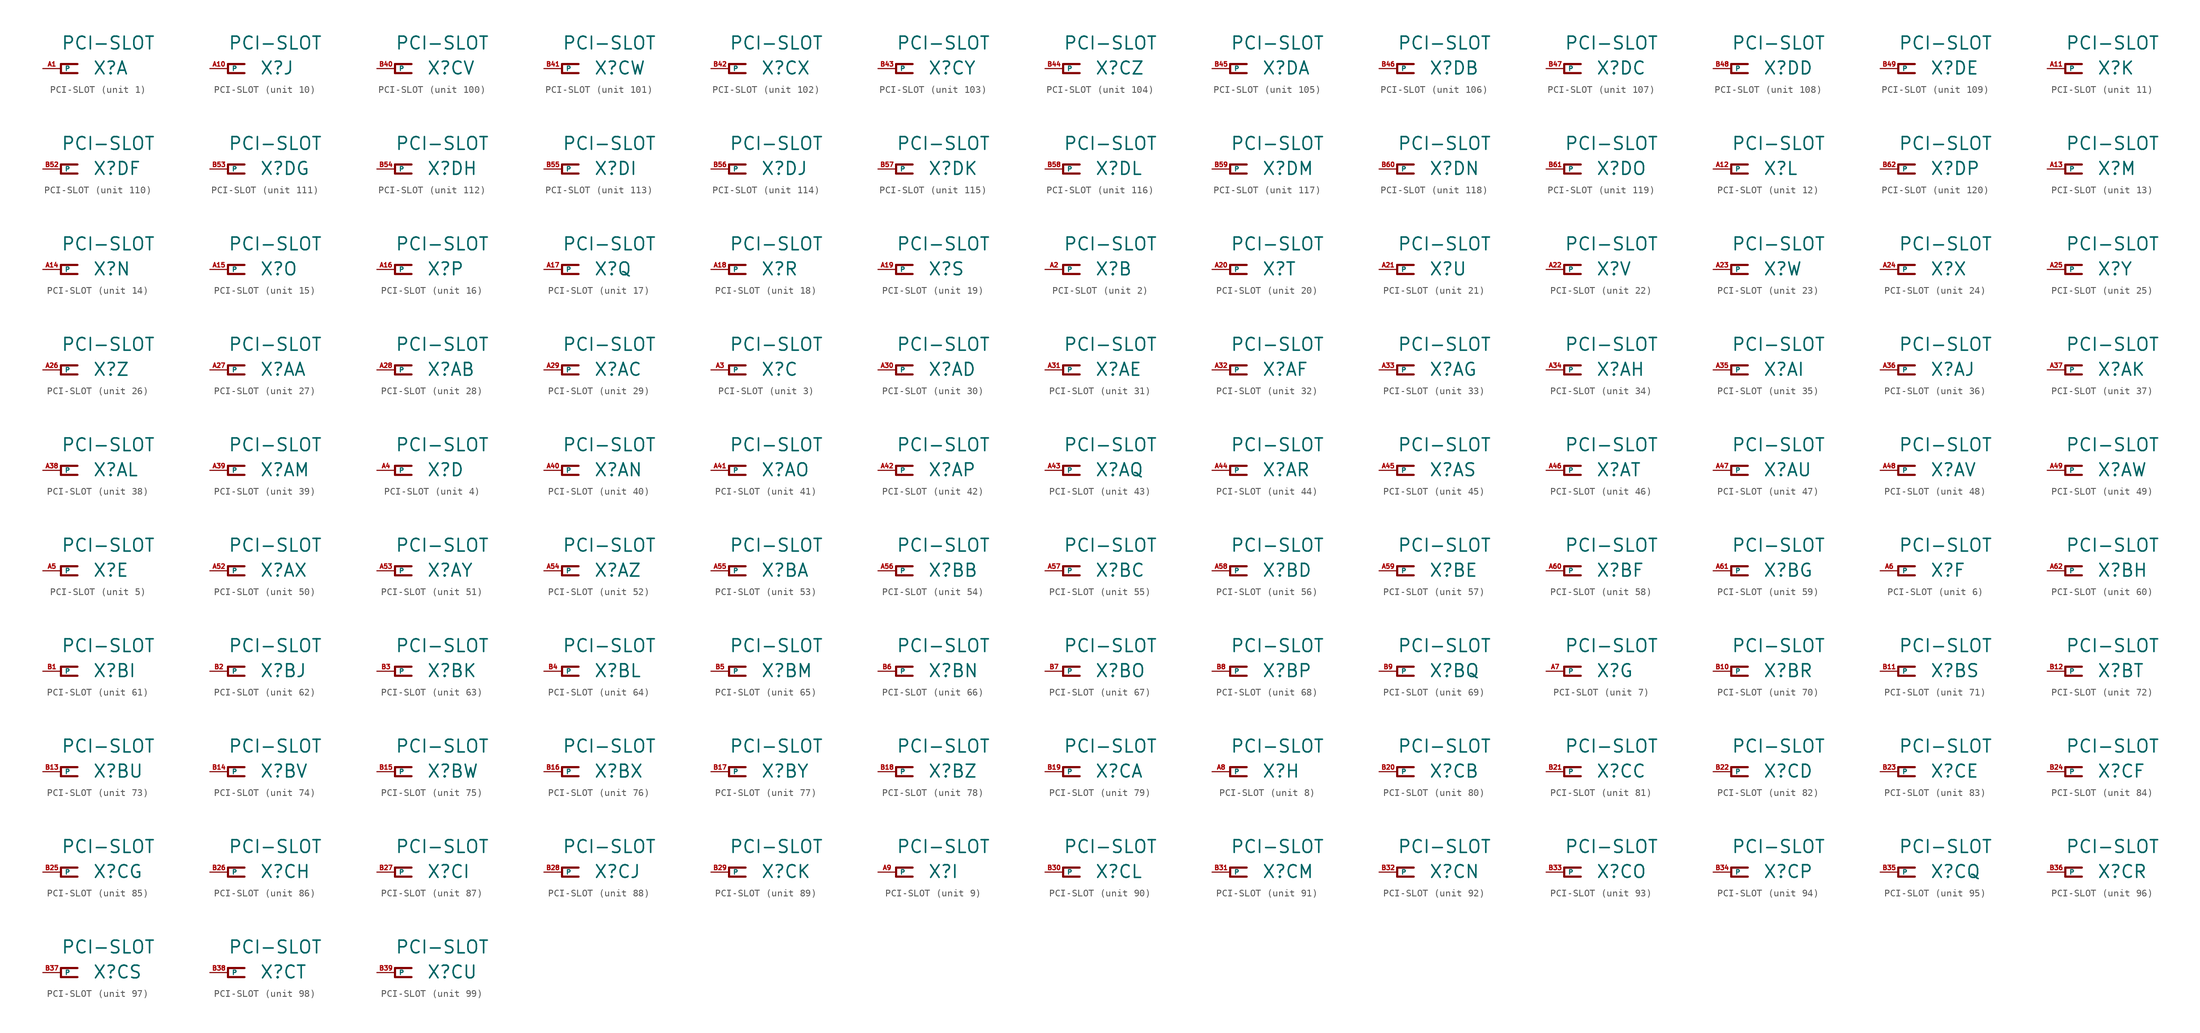
<source format=kicad_sym>
(kicad_symbol_lib
  (version 20220914)
  (generator Eagle2Kicad)
  (symbol "PCI-SLOT"
    (property "Reference" "X"
      (at 4.445 -0.965 0)
      (effects (font (size 1.778 1.778) (thickness 0.22)) (justify left bottom)))
    (property "Value" "PCI-SLOT"
      (at 0 2.54 0)
      (effects (font (size 1.778 1.778) (thickness 0.22)) (justify left bottom)))
    (symbol "PCI-SLOT_1_0"
      (polyline (pts (xy 0 0.635) (xy 2.311 0.635)) (stroke (width 0.305) (type default)) (fill (type none)))
      (polyline (pts (xy 2.311 -0.635) (xy 0 -0.635)) (stroke (width 0.305) (type default)) (fill (type none)))
      (polyline (pts (xy 0 -0.635) (xy 0 0.635)) (stroke (width 0.305) (type default)) (fill (type none)))
      (pin passive line (at -2.54 0 0) (length 2.54) (name "P" (effects (font (size 0.635 0.635) (thickness 0.08)) (justify left bottom))) (number "A1" (effects (font (size 0.635 0.635) (thickness 0.08)) (justify left bottom)))))
    (symbol "PCI-SLOT_2_0"
      (polyline (pts (xy 0 0.635) (xy 2.311 0.635)) (stroke (width 0.305) (type default)) (fill (type none)))
      (polyline (pts (xy 2.311 -0.635) (xy 0 -0.635)) (stroke (width 0.305) (type default)) (fill (type none)))
      (polyline (pts (xy 0 -0.635) (xy 0 0.635)) (stroke (width 0.305) (type default)) (fill (type none)))
      (pin passive line (at -2.54 0 0) (length 2.54) (name "P" (effects (font (size 0.635 0.635) (thickness 0.08)) (justify left bottom))) (number "A2" (effects (font (size 0.635 0.635) (thickness 0.08)) (justify left bottom)))))
    (symbol "PCI-SLOT_3_0"
      (polyline (pts (xy 0 0.635) (xy 2.311 0.635)) (stroke (width 0.305) (type default)) (fill (type none)))
      (polyline (pts (xy 2.311 -0.635) (xy 0 -0.635)) (stroke (width 0.305) (type default)) (fill (type none)))
      (polyline (pts (xy 0 -0.635) (xy 0 0.635)) (stroke (width 0.305) (type default)) (fill (type none)))
      (pin passive line (at -2.54 0 0) (length 2.54) (name "P" (effects (font (size 0.635 0.635) (thickness 0.08)) (justify left bottom))) (number "A3" (effects (font (size 0.635 0.635) (thickness 0.08)) (justify left bottom)))))
    (symbol "PCI-SLOT_4_0"
      (polyline (pts (xy 0 0.635) (xy 2.311 0.635)) (stroke (width 0.305) (type default)) (fill (type none)))
      (polyline (pts (xy 2.311 -0.635) (xy 0 -0.635)) (stroke (width 0.305) (type default)) (fill (type none)))
      (polyline (pts (xy 0 -0.635) (xy 0 0.635)) (stroke (width 0.305) (type default)) (fill (type none)))
      (pin passive line (at -2.54 0 0) (length 2.54) (name "P" (effects (font (size 0.635 0.635) (thickness 0.08)) (justify left bottom))) (number "A4" (effects (font (size 0.635 0.635) (thickness 0.08)) (justify left bottom)))))
    (symbol "PCI-SLOT_5_0"
      (polyline (pts (xy 0 0.635) (xy 2.311 0.635)) (stroke (width 0.305) (type default)) (fill (type none)))
      (polyline (pts (xy 2.311 -0.635) (xy 0 -0.635)) (stroke (width 0.305) (type default)) (fill (type none)))
      (polyline (pts (xy 0 -0.635) (xy 0 0.635)) (stroke (width 0.305) (type default)) (fill (type none)))
      (pin passive line (at -2.54 0 0) (length 2.54) (name "P" (effects (font (size 0.635 0.635) (thickness 0.08)) (justify left bottom))) (number "A5" (effects (font (size 0.635 0.635) (thickness 0.08)) (justify left bottom)))))
    (symbol "PCI-SLOT_6_0"
      (polyline (pts (xy 0 0.635) (xy 2.311 0.635)) (stroke (width 0.305) (type default)) (fill (type none)))
      (polyline (pts (xy 2.311 -0.635) (xy 0 -0.635)) (stroke (width 0.305) (type default)) (fill (type none)))
      (polyline (pts (xy 0 -0.635) (xy 0 0.635)) (stroke (width 0.305) (type default)) (fill (type none)))
      (pin passive line (at -2.54 0 0) (length 2.54) (name "P" (effects (font (size 0.635 0.635) (thickness 0.08)) (justify left bottom))) (number "A6" (effects (font (size 0.635 0.635) (thickness 0.08)) (justify left bottom)))))
    (symbol "PCI-SLOT_7_0"
      (polyline (pts (xy 0 0.635) (xy 2.311 0.635)) (stroke (width 0.305) (type default)) (fill (type none)))
      (polyline (pts (xy 2.311 -0.635) (xy 0 -0.635)) (stroke (width 0.305) (type default)) (fill (type none)))
      (polyline (pts (xy 0 -0.635) (xy 0 0.635)) (stroke (width 0.305) (type default)) (fill (type none)))
      (pin passive line (at -2.54 0 0) (length 2.54) (name "P" (effects (font (size 0.635 0.635) (thickness 0.08)) (justify left bottom))) (number "A7" (effects (font (size 0.635 0.635) (thickness 0.08)) (justify left bottom)))))
    (symbol "PCI-SLOT_8_0"
      (polyline (pts (xy 0 0.635) (xy 2.311 0.635)) (stroke (width 0.305) (type default)) (fill (type none)))
      (polyline (pts (xy 2.311 -0.635) (xy 0 -0.635)) (stroke (width 0.305) (type default)) (fill (type none)))
      (polyline (pts (xy 0 -0.635) (xy 0 0.635)) (stroke (width 0.305) (type default)) (fill (type none)))
      (pin passive line (at -2.54 0 0) (length 2.54) (name "P" (effects (font (size 0.635 0.635) (thickness 0.08)) (justify left bottom))) (number "A8" (effects (font (size 0.635 0.635) (thickness 0.08)) (justify left bottom)))))
    (symbol "PCI-SLOT_9_0"
      (polyline (pts (xy 0 0.635) (xy 2.311 0.635)) (stroke (width 0.305) (type default)) (fill (type none)))
      (polyline (pts (xy 2.311 -0.635) (xy 0 -0.635)) (stroke (width 0.305) (type default)) (fill (type none)))
      (polyline (pts (xy 0 -0.635) (xy 0 0.635)) (stroke (width 0.305) (type default)) (fill (type none)))
      (pin passive line (at -2.54 0 0) (length 2.54) (name "P" (effects (font (size 0.635 0.635) (thickness 0.08)) (justify left bottom))) (number "A9" (effects (font (size 0.635 0.635) (thickness 0.08)) (justify left bottom)))))
    (symbol "PCI-SLOT_10_0"
      (polyline (pts (xy 0 0.635) (xy 2.311 0.635)) (stroke (width 0.305) (type default)) (fill (type none)))
      (polyline (pts (xy 2.311 -0.635) (xy 0 -0.635)) (stroke (width 0.305) (type default)) (fill (type none)))
      (polyline (pts (xy 0 -0.635) (xy 0 0.635)) (stroke (width 0.305) (type default)) (fill (type none)))
      (pin passive line (at -2.54 0 0) (length 2.54) (name "P" (effects (font (size 0.635 0.635) (thickness 0.08)) (justify left bottom))) (number "A10" (effects (font (size 0.635 0.635) (thickness 0.08)) (justify left bottom)))))
    (symbol "PCI-SLOT_11_0"
      (polyline (pts (xy 0 0.635) (xy 2.311 0.635)) (stroke (width 0.305) (type default)) (fill (type none)))
      (polyline (pts (xy 2.311 -0.635) (xy 0 -0.635)) (stroke (width 0.305) (type default)) (fill (type none)))
      (polyline (pts (xy 0 -0.635) (xy 0 0.635)) (stroke (width 0.305) (type default)) (fill (type none)))
      (pin passive line (at -2.54 0 0) (length 2.54) (name "P" (effects (font (size 0.635 0.635) (thickness 0.08)) (justify left bottom))) (number "A11" (effects (font (size 0.635 0.635) (thickness 0.08)) (justify left bottom)))))
    (symbol "PCI-SLOT_12_0"
      (polyline (pts (xy 0 0.635) (xy 2.311 0.635)) (stroke (width 0.305) (type default)) (fill (type none)))
      (polyline (pts (xy 2.311 -0.635) (xy 0 -0.635)) (stroke (width 0.305) (type default)) (fill (type none)))
      (polyline (pts (xy 0 -0.635) (xy 0 0.635)) (stroke (width 0.305) (type default)) (fill (type none)))
      (pin passive line (at -2.54 0 0) (length 2.54) (name "P" (effects (font (size 0.635 0.635) (thickness 0.08)) (justify left bottom))) (number "A12" (effects (font (size 0.635 0.635) (thickness 0.08)) (justify left bottom)))))
    (symbol "PCI-SLOT_13_0"
      (polyline (pts (xy 0 0.635) (xy 2.311 0.635)) (stroke (width 0.305) (type default)) (fill (type none)))
      (polyline (pts (xy 2.311 -0.635) (xy 0 -0.635)) (stroke (width 0.305) (type default)) (fill (type none)))
      (polyline (pts (xy 0 -0.635) (xy 0 0.635)) (stroke (width 0.305) (type default)) (fill (type none)))
      (pin passive line (at -2.54 0 0) (length 2.54) (name "P" (effects (font (size 0.635 0.635) (thickness 0.08)) (justify left bottom))) (number "A13" (effects (font (size 0.635 0.635) (thickness 0.08)) (justify left bottom)))))
    (symbol "PCI-SLOT_14_0"
      (polyline (pts (xy 0 0.635) (xy 2.311 0.635)) (stroke (width 0.305) (type default)) (fill (type none)))
      (polyline (pts (xy 2.311 -0.635) (xy 0 -0.635)) (stroke (width 0.305) (type default)) (fill (type none)))
      (polyline (pts (xy 0 -0.635) (xy 0 0.635)) (stroke (width 0.305) (type default)) (fill (type none)))
      (pin passive line (at -2.54 0 0) (length 2.54) (name "P" (effects (font (size 0.635 0.635) (thickness 0.08)) (justify left bottom))) (number "A14" (effects (font (size 0.635 0.635) (thickness 0.08)) (justify left bottom)))))
    (symbol "PCI-SLOT_15_0"
      (polyline (pts (xy 0 0.635) (xy 2.311 0.635)) (stroke (width 0.305) (type default)) (fill (type none)))
      (polyline (pts (xy 2.311 -0.635) (xy 0 -0.635)) (stroke (width 0.305) (type default)) (fill (type none)))
      (polyline (pts (xy 0 -0.635) (xy 0 0.635)) (stroke (width 0.305) (type default)) (fill (type none)))
      (pin passive line (at -2.54 0 0) (length 2.54) (name "P" (effects (font (size 0.635 0.635) (thickness 0.08)) (justify left bottom))) (number "A15" (effects (font (size 0.635 0.635) (thickness 0.08)) (justify left bottom)))))
    (symbol "PCI-SLOT_16_0"
      (polyline (pts (xy 0 0.635) (xy 2.311 0.635)) (stroke (width 0.305) (type default)) (fill (type none)))
      (polyline (pts (xy 2.311 -0.635) (xy 0 -0.635)) (stroke (width 0.305) (type default)) (fill (type none)))
      (polyline (pts (xy 0 -0.635) (xy 0 0.635)) (stroke (width 0.305) (type default)) (fill (type none)))
      (pin passive line (at -2.54 0 0) (length 2.54) (name "P" (effects (font (size 0.635 0.635) (thickness 0.08)) (justify left bottom))) (number "A16" (effects (font (size 0.635 0.635) (thickness 0.08)) (justify left bottom)))))
    (symbol "PCI-SLOT_17_0"
      (polyline (pts (xy 0 0.635) (xy 2.311 0.635)) (stroke (width 0.305) (type default)) (fill (type none)))
      (polyline (pts (xy 2.311 -0.635) (xy 0 -0.635)) (stroke (width 0.305) (type default)) (fill (type none)))
      (polyline (pts (xy 0 -0.635) (xy 0 0.635)) (stroke (width 0.305) (type default)) (fill (type none)))
      (pin passive line (at -2.54 0 0) (length 2.54) (name "P" (effects (font (size 0.635 0.635) (thickness 0.08)) (justify left bottom))) (number "A17" (effects (font (size 0.635 0.635) (thickness 0.08)) (justify left bottom)))))
    (symbol "PCI-SLOT_18_0"
      (polyline (pts (xy 0 0.635) (xy 2.311 0.635)) (stroke (width 0.305) (type default)) (fill (type none)))
      (polyline (pts (xy 2.311 -0.635) (xy 0 -0.635)) (stroke (width 0.305) (type default)) (fill (type none)))
      (polyline (pts (xy 0 -0.635) (xy 0 0.635)) (stroke (width 0.305) (type default)) (fill (type none)))
      (pin passive line (at -2.54 0 0) (length 2.54) (name "P" (effects (font (size 0.635 0.635) (thickness 0.08)) (justify left bottom))) (number "A18" (effects (font (size 0.635 0.635) (thickness 0.08)) (justify left bottom)))))
    (symbol "PCI-SLOT_19_0"
      (polyline (pts (xy 0 0.635) (xy 2.311 0.635)) (stroke (width 0.305) (type default)) (fill (type none)))
      (polyline (pts (xy 2.311 -0.635) (xy 0 -0.635)) (stroke (width 0.305) (type default)) (fill (type none)))
      (polyline (pts (xy 0 -0.635) (xy 0 0.635)) (stroke (width 0.305) (type default)) (fill (type none)))
      (pin passive line (at -2.54 0 0) (length 2.54) (name "P" (effects (font (size 0.635 0.635) (thickness 0.08)) (justify left bottom))) (number "A19" (effects (font (size 0.635 0.635) (thickness 0.08)) (justify left bottom)))))
    (symbol "PCI-SLOT_20_0"
      (polyline (pts (xy 0 0.635) (xy 2.311 0.635)) (stroke (width 0.305) (type default)) (fill (type none)))
      (polyline (pts (xy 2.311 -0.635) (xy 0 -0.635)) (stroke (width 0.305) (type default)) (fill (type none)))
      (polyline (pts (xy 0 -0.635) (xy 0 0.635)) (stroke (width 0.305) (type default)) (fill (type none)))
      (pin passive line (at -2.54 0 0) (length 2.54) (name "P" (effects (font (size 0.635 0.635) (thickness 0.08)) (justify left bottom))) (number "A20" (effects (font (size 0.635 0.635) (thickness 0.08)) (justify left bottom)))))
    (symbol "PCI-SLOT_21_0"
      (polyline (pts (xy 0 0.635) (xy 2.311 0.635)) (stroke (width 0.305) (type default)) (fill (type none)))
      (polyline (pts (xy 2.311 -0.635) (xy 0 -0.635)) (stroke (width 0.305) (type default)) (fill (type none)))
      (polyline (pts (xy 0 -0.635) (xy 0 0.635)) (stroke (width 0.305) (type default)) (fill (type none)))
      (pin passive line (at -2.54 0 0) (length 2.54) (name "P" (effects (font (size 0.635 0.635) (thickness 0.08)) (justify left bottom))) (number "A21" (effects (font (size 0.635 0.635) (thickness 0.08)) (justify left bottom)))))
    (symbol "PCI-SLOT_22_0"
      (polyline (pts (xy 0 0.635) (xy 2.311 0.635)) (stroke (width 0.305) (type default)) (fill (type none)))
      (polyline (pts (xy 2.311 -0.635) (xy 0 -0.635)) (stroke (width 0.305) (type default)) (fill (type none)))
      (polyline (pts (xy 0 -0.635) (xy 0 0.635)) (stroke (width 0.305) (type default)) (fill (type none)))
      (pin passive line (at -2.54 0 0) (length 2.54) (name "P" (effects (font (size 0.635 0.635) (thickness 0.08)) (justify left bottom))) (number "A22" (effects (font (size 0.635 0.635) (thickness 0.08)) (justify left bottom)))))
    (symbol "PCI-SLOT_23_0"
      (polyline (pts (xy 0 0.635) (xy 2.311 0.635)) (stroke (width 0.305) (type default)) (fill (type none)))
      (polyline (pts (xy 2.311 -0.635) (xy 0 -0.635)) (stroke (width 0.305) (type default)) (fill (type none)))
      (polyline (pts (xy 0 -0.635) (xy 0 0.635)) (stroke (width 0.305) (type default)) (fill (type none)))
      (pin passive line (at -2.54 0 0) (length 2.54) (name "P" (effects (font (size 0.635 0.635) (thickness 0.08)) (justify left bottom))) (number "A23" (effects (font (size 0.635 0.635) (thickness 0.08)) (justify left bottom)))))
    (symbol "PCI-SLOT_24_0"
      (polyline (pts (xy 0 0.635) (xy 2.311 0.635)) (stroke (width 0.305) (type default)) (fill (type none)))
      (polyline (pts (xy 2.311 -0.635) (xy 0 -0.635)) (stroke (width 0.305) (type default)) (fill (type none)))
      (polyline (pts (xy 0 -0.635) (xy 0 0.635)) (stroke (width 0.305) (type default)) (fill (type none)))
      (pin passive line (at -2.54 0 0) (length 2.54) (name "P" (effects (font (size 0.635 0.635) (thickness 0.08)) (justify left bottom))) (number "A24" (effects (font (size 0.635 0.635) (thickness 0.08)) (justify left bottom)))))
    (symbol "PCI-SLOT_25_0"
      (polyline (pts (xy 0 0.635) (xy 2.311 0.635)) (stroke (width 0.305) (type default)) (fill (type none)))
      (polyline (pts (xy 2.311 -0.635) (xy 0 -0.635)) (stroke (width 0.305) (type default)) (fill (type none)))
      (polyline (pts (xy 0 -0.635) (xy 0 0.635)) (stroke (width 0.305) (type default)) (fill (type none)))
      (pin passive line (at -2.54 0 0) (length 2.54) (name "P" (effects (font (size 0.635 0.635) (thickness 0.08)) (justify left bottom))) (number "A25" (effects (font (size 0.635 0.635) (thickness 0.08)) (justify left bottom)))))
    (symbol "PCI-SLOT_26_0"
      (polyline (pts (xy 0 0.635) (xy 2.311 0.635)) (stroke (width 0.305) (type default)) (fill (type none)))
      (polyline (pts (xy 2.311 -0.635) (xy 0 -0.635)) (stroke (width 0.305) (type default)) (fill (type none)))
      (polyline (pts (xy 0 -0.635) (xy 0 0.635)) (stroke (width 0.305) (type default)) (fill (type none)))
      (pin passive line (at -2.54 0 0) (length 2.54) (name "P" (effects (font (size 0.635 0.635) (thickness 0.08)) (justify left bottom))) (number "A26" (effects (font (size 0.635 0.635) (thickness 0.08)) (justify left bottom)))))
    (symbol "PCI-SLOT_27_0"
      (polyline (pts (xy 0 0.635) (xy 2.311 0.635)) (stroke (width 0.305) (type default)) (fill (type none)))
      (polyline (pts (xy 2.311 -0.635) (xy 0 -0.635)) (stroke (width 0.305) (type default)) (fill (type none)))
      (polyline (pts (xy 0 -0.635) (xy 0 0.635)) (stroke (width 0.305) (type default)) (fill (type none)))
      (pin passive line (at -2.54 0 0) (length 2.54) (name "P" (effects (font (size 0.635 0.635) (thickness 0.08)) (justify left bottom))) (number "A27" (effects (font (size 0.635 0.635) (thickness 0.08)) (justify left bottom)))))
    (symbol "PCI-SLOT_28_0"
      (polyline (pts (xy 0 0.635) (xy 2.311 0.635)) (stroke (width 0.305) (type default)) (fill (type none)))
      (polyline (pts (xy 2.311 -0.635) (xy 0 -0.635)) (stroke (width 0.305) (type default)) (fill (type none)))
      (polyline (pts (xy 0 -0.635) (xy 0 0.635)) (stroke (width 0.305) (type default)) (fill (type none)))
      (pin passive line (at -2.54 0 0) (length 2.54) (name "P" (effects (font (size 0.635 0.635) (thickness 0.08)) (justify left bottom))) (number "A28" (effects (font (size 0.635 0.635) (thickness 0.08)) (justify left bottom)))))
    (symbol "PCI-SLOT_29_0"
      (polyline (pts (xy 0 0.635) (xy 2.311 0.635)) (stroke (width 0.305) (type default)) (fill (type none)))
      (polyline (pts (xy 2.311 -0.635) (xy 0 -0.635)) (stroke (width 0.305) (type default)) (fill (type none)))
      (polyline (pts (xy 0 -0.635) (xy 0 0.635)) (stroke (width 0.305) (type default)) (fill (type none)))
      (pin passive line (at -2.54 0 0) (length 2.54) (name "P" (effects (font (size 0.635 0.635) (thickness 0.08)) (justify left bottom))) (number "A29" (effects (font (size 0.635 0.635) (thickness 0.08)) (justify left bottom)))))
    (symbol "PCI-SLOT_30_0"
      (polyline (pts (xy 0 0.635) (xy 2.311 0.635)) (stroke (width 0.305) (type default)) (fill (type none)))
      (polyline (pts (xy 2.311 -0.635) (xy 0 -0.635)) (stroke (width 0.305) (type default)) (fill (type none)))
      (polyline (pts (xy 0 -0.635) (xy 0 0.635)) (stroke (width 0.305) (type default)) (fill (type none)))
      (pin passive line (at -2.54 0 0) (length 2.54) (name "P" (effects (font (size 0.635 0.635) (thickness 0.08)) (justify left bottom))) (number "A30" (effects (font (size 0.635 0.635) (thickness 0.08)) (justify left bottom)))))
    (symbol "PCI-SLOT_31_0"
      (polyline (pts (xy 0 0.635) (xy 2.311 0.635)) (stroke (width 0.305) (type default)) (fill (type none)))
      (polyline (pts (xy 2.311 -0.635) (xy 0 -0.635)) (stroke (width 0.305) (type default)) (fill (type none)))
      (polyline (pts (xy 0 -0.635) (xy 0 0.635)) (stroke (width 0.305) (type default)) (fill (type none)))
      (pin passive line (at -2.54 0 0) (length 2.54) (name "P" (effects (font (size 0.635 0.635) (thickness 0.08)) (justify left bottom))) (number "A31" (effects (font (size 0.635 0.635) (thickness 0.08)) (justify left bottom)))))
    (symbol "PCI-SLOT_32_0"
      (polyline (pts (xy 0 0.635) (xy 2.311 0.635)) (stroke (width 0.305) (type default)) (fill (type none)))
      (polyline (pts (xy 2.311 -0.635) (xy 0 -0.635)) (stroke (width 0.305) (type default)) (fill (type none)))
      (polyline (pts (xy 0 -0.635) (xy 0 0.635)) (stroke (width 0.305) (type default)) (fill (type none)))
      (pin passive line (at -2.54 0 0) (length 2.54) (name "P" (effects (font (size 0.635 0.635) (thickness 0.08)) (justify left bottom))) (number "A32" (effects (font (size 0.635 0.635) (thickness 0.08)) (justify left bottom)))))
    (symbol "PCI-SLOT_33_0"
      (polyline (pts (xy 0 0.635) (xy 2.311 0.635)) (stroke (width 0.305) (type default)) (fill (type none)))
      (polyline (pts (xy 2.311 -0.635) (xy 0 -0.635)) (stroke (width 0.305) (type default)) (fill (type none)))
      (polyline (pts (xy 0 -0.635) (xy 0 0.635)) (stroke (width 0.305) (type default)) (fill (type none)))
      (pin passive line (at -2.54 0 0) (length 2.54) (name "P" (effects (font (size 0.635 0.635) (thickness 0.08)) (justify left bottom))) (number "A33" (effects (font (size 0.635 0.635) (thickness 0.08)) (justify left bottom)))))
    (symbol "PCI-SLOT_34_0"
      (polyline (pts (xy 0 0.635) (xy 2.311 0.635)) (stroke (width 0.305) (type default)) (fill (type none)))
      (polyline (pts (xy 2.311 -0.635) (xy 0 -0.635)) (stroke (width 0.305) (type default)) (fill (type none)))
      (polyline (pts (xy 0 -0.635) (xy 0 0.635)) (stroke (width 0.305) (type default)) (fill (type none)))
      (pin passive line (at -2.54 0 0) (length 2.54) (name "P" (effects (font (size 0.635 0.635) (thickness 0.08)) (justify left bottom))) (number "A34" (effects (font (size 0.635 0.635) (thickness 0.08)) (justify left bottom)))))
    (symbol "PCI-SLOT_35_0"
      (polyline (pts (xy 0 0.635) (xy 2.311 0.635)) (stroke (width 0.305) (type default)) (fill (type none)))
      (polyline (pts (xy 2.311 -0.635) (xy 0 -0.635)) (stroke (width 0.305) (type default)) (fill (type none)))
      (polyline (pts (xy 0 -0.635) (xy 0 0.635)) (stroke (width 0.305) (type default)) (fill (type none)))
      (pin passive line (at -2.54 0 0) (length 2.54) (name "P" (effects (font (size 0.635 0.635) (thickness 0.08)) (justify left bottom))) (number "A35" (effects (font (size 0.635 0.635) (thickness 0.08)) (justify left bottom)))))
    (symbol "PCI-SLOT_36_0"
      (polyline (pts (xy 0 0.635) (xy 2.311 0.635)) (stroke (width 0.305) (type default)) (fill (type none)))
      (polyline (pts (xy 2.311 -0.635) (xy 0 -0.635)) (stroke (width 0.305) (type default)) (fill (type none)))
      (polyline (pts (xy 0 -0.635) (xy 0 0.635)) (stroke (width 0.305) (type default)) (fill (type none)))
      (pin passive line (at -2.54 0 0) (length 2.54) (name "P" (effects (font (size 0.635 0.635) (thickness 0.08)) (justify left bottom))) (number "A36" (effects (font (size 0.635 0.635) (thickness 0.08)) (justify left bottom)))))
    (symbol "PCI-SLOT_37_0"
      (polyline (pts (xy 0 0.635) (xy 2.311 0.635)) (stroke (width 0.305) (type default)) (fill (type none)))
      (polyline (pts (xy 2.311 -0.635) (xy 0 -0.635)) (stroke (width 0.305) (type default)) (fill (type none)))
      (polyline (pts (xy 0 -0.635) (xy 0 0.635)) (stroke (width 0.305) (type default)) (fill (type none)))
      (pin passive line (at -2.54 0 0) (length 2.54) (name "P" (effects (font (size 0.635 0.635) (thickness 0.08)) (justify left bottom))) (number "A37" (effects (font (size 0.635 0.635) (thickness 0.08)) (justify left bottom)))))
    (symbol "PCI-SLOT_38_0"
      (polyline (pts (xy 0 0.635) (xy 2.311 0.635)) (stroke (width 0.305) (type default)) (fill (type none)))
      (polyline (pts (xy 2.311 -0.635) (xy 0 -0.635)) (stroke (width 0.305) (type default)) (fill (type none)))
      (polyline (pts (xy 0 -0.635) (xy 0 0.635)) (stroke (width 0.305) (type default)) (fill (type none)))
      (pin passive line (at -2.54 0 0) (length 2.54) (name "P" (effects (font (size 0.635 0.635) (thickness 0.08)) (justify left bottom))) (number "A38" (effects (font (size 0.635 0.635) (thickness 0.08)) (justify left bottom)))))
    (symbol "PCI-SLOT_39_0"
      (polyline (pts (xy 0 0.635) (xy 2.311 0.635)) (stroke (width 0.305) (type default)) (fill (type none)))
      (polyline (pts (xy 2.311 -0.635) (xy 0 -0.635)) (stroke (width 0.305) (type default)) (fill (type none)))
      (polyline (pts (xy 0 -0.635) (xy 0 0.635)) (stroke (width 0.305) (type default)) (fill (type none)))
      (pin passive line (at -2.54 0 0) (length 2.54) (name "P" (effects (font (size 0.635 0.635) (thickness 0.08)) (justify left bottom))) (number "A39" (effects (font (size 0.635 0.635) (thickness 0.08)) (justify left bottom)))))
    (symbol "PCI-SLOT_40_0"
      (polyline (pts (xy 0 0.635) (xy 2.311 0.635)) (stroke (width 0.305) (type default)) (fill (type none)))
      (polyline (pts (xy 2.311 -0.635) (xy 0 -0.635)) (stroke (width 0.305) (type default)) (fill (type none)))
      (polyline (pts (xy 0 -0.635) (xy 0 0.635)) (stroke (width 0.305) (type default)) (fill (type none)))
      (pin passive line (at -2.54 0 0) (length 2.54) (name "P" (effects (font (size 0.635 0.635) (thickness 0.08)) (justify left bottom))) (number "A40" (effects (font (size 0.635 0.635) (thickness 0.08)) (justify left bottom)))))
    (symbol "PCI-SLOT_41_0"
      (polyline (pts (xy 0 0.635) (xy 2.311 0.635)) (stroke (width 0.305) (type default)) (fill (type none)))
      (polyline (pts (xy 2.311 -0.635) (xy 0 -0.635)) (stroke (width 0.305) (type default)) (fill (type none)))
      (polyline (pts (xy 0 -0.635) (xy 0 0.635)) (stroke (width 0.305) (type default)) (fill (type none)))
      (pin passive line (at -2.54 0 0) (length 2.54) (name "P" (effects (font (size 0.635 0.635) (thickness 0.08)) (justify left bottom))) (number "A41" (effects (font (size 0.635 0.635) (thickness 0.08)) (justify left bottom)))))
    (symbol "PCI-SLOT_42_0"
      (polyline (pts (xy 0 0.635) (xy 2.311 0.635)) (stroke (width 0.305) (type default)) (fill (type none)))
      (polyline (pts (xy 2.311 -0.635) (xy 0 -0.635)) (stroke (width 0.305) (type default)) (fill (type none)))
      (polyline (pts (xy 0 -0.635) (xy 0 0.635)) (stroke (width 0.305) (type default)) (fill (type none)))
      (pin passive line (at -2.54 0 0) (length 2.54) (name "P" (effects (font (size 0.635 0.635) (thickness 0.08)) (justify left bottom))) (number "A42" (effects (font (size 0.635 0.635) (thickness 0.08)) (justify left bottom)))))
    (symbol "PCI-SLOT_43_0"
      (polyline (pts (xy 0 0.635) (xy 2.311 0.635)) (stroke (width 0.305) (type default)) (fill (type none)))
      (polyline (pts (xy 2.311 -0.635) (xy 0 -0.635)) (stroke (width 0.305) (type default)) (fill (type none)))
      (polyline (pts (xy 0 -0.635) (xy 0 0.635)) (stroke (width 0.305) (type default)) (fill (type none)))
      (pin passive line (at -2.54 0 0) (length 2.54) (name "P" (effects (font (size 0.635 0.635) (thickness 0.08)) (justify left bottom))) (number "A43" (effects (font (size 0.635 0.635) (thickness 0.08)) (justify left bottom)))))
    (symbol "PCI-SLOT_44_0"
      (polyline (pts (xy 0 0.635) (xy 2.311 0.635)) (stroke (width 0.305) (type default)) (fill (type none)))
      (polyline (pts (xy 2.311 -0.635) (xy 0 -0.635)) (stroke (width 0.305) (type default)) (fill (type none)))
      (polyline (pts (xy 0 -0.635) (xy 0 0.635)) (stroke (width 0.305) (type default)) (fill (type none)))
      (pin passive line (at -2.54 0 0) (length 2.54) (name "P" (effects (font (size 0.635 0.635) (thickness 0.08)) (justify left bottom))) (number "A44" (effects (font (size 0.635 0.635) (thickness 0.08)) (justify left bottom)))))
    (symbol "PCI-SLOT_45_0"
      (polyline (pts (xy 0 0.635) (xy 2.311 0.635)) (stroke (width 0.305) (type default)) (fill (type none)))
      (polyline (pts (xy 2.311 -0.635) (xy 0 -0.635)) (stroke (width 0.305) (type default)) (fill (type none)))
      (polyline (pts (xy 0 -0.635) (xy 0 0.635)) (stroke (width 0.305) (type default)) (fill (type none)))
      (pin passive line (at -2.54 0 0) (length 2.54) (name "P" (effects (font (size 0.635 0.635) (thickness 0.08)) (justify left bottom))) (number "A45" (effects (font (size 0.635 0.635) (thickness 0.08)) (justify left bottom)))))
    (symbol "PCI-SLOT_46_0"
      (polyline (pts (xy 0 0.635) (xy 2.311 0.635)) (stroke (width 0.305) (type default)) (fill (type none)))
      (polyline (pts (xy 2.311 -0.635) (xy 0 -0.635)) (stroke (width 0.305) (type default)) (fill (type none)))
      (polyline (pts (xy 0 -0.635) (xy 0 0.635)) (stroke (width 0.305) (type default)) (fill (type none)))
      (pin passive line (at -2.54 0 0) (length 2.54) (name "P" (effects (font (size 0.635 0.635) (thickness 0.08)) (justify left bottom))) (number "A46" (effects (font (size 0.635 0.635) (thickness 0.08)) (justify left bottom)))))
    (symbol "PCI-SLOT_47_0"
      (polyline (pts (xy 0 0.635) (xy 2.311 0.635)) (stroke (width 0.305) (type default)) (fill (type none)))
      (polyline (pts (xy 2.311 -0.635) (xy 0 -0.635)) (stroke (width 0.305) (type default)) (fill (type none)))
      (polyline (pts (xy 0 -0.635) (xy 0 0.635)) (stroke (width 0.305) (type default)) (fill (type none)))
      (pin passive line (at -2.54 0 0) (length 2.54) (name "P" (effects (font (size 0.635 0.635) (thickness 0.08)) (justify left bottom))) (number "A47" (effects (font (size 0.635 0.635) (thickness 0.08)) (justify left bottom)))))
    (symbol "PCI-SLOT_48_0"
      (polyline (pts (xy 0 0.635) (xy 2.311 0.635)) (stroke (width 0.305) (type default)) (fill (type none)))
      (polyline (pts (xy 2.311 -0.635) (xy 0 -0.635)) (stroke (width 0.305) (type default)) (fill (type none)))
      (polyline (pts (xy 0 -0.635) (xy 0 0.635)) (stroke (width 0.305) (type default)) (fill (type none)))
      (pin passive line (at -2.54 0 0) (length 2.54) (name "P" (effects (font (size 0.635 0.635) (thickness 0.08)) (justify left bottom))) (number "A48" (effects (font (size 0.635 0.635) (thickness 0.08)) (justify left bottom)))))
    (symbol "PCI-SLOT_49_0"
      (polyline (pts (xy 0 0.635) (xy 2.311 0.635)) (stroke (width 0.305) (type default)) (fill (type none)))
      (polyline (pts (xy 2.311 -0.635) (xy 0 -0.635)) (stroke (width 0.305) (type default)) (fill (type none)))
      (polyline (pts (xy 0 -0.635) (xy 0 0.635)) (stroke (width 0.305) (type default)) (fill (type none)))
      (pin passive line (at -2.54 0 0) (length 2.54) (name "P" (effects (font (size 0.635 0.635) (thickness 0.08)) (justify left bottom))) (number "A49" (effects (font (size 0.635 0.635) (thickness 0.08)) (justify left bottom)))))
    (symbol "PCI-SLOT_50_0"
      (polyline (pts (xy 0 0.635) (xy 2.311 0.635)) (stroke (width 0.305) (type default)) (fill (type none)))
      (polyline (pts (xy 2.311 -0.635) (xy 0 -0.635)) (stroke (width 0.305) (type default)) (fill (type none)))
      (polyline (pts (xy 0 -0.635) (xy 0 0.635)) (stroke (width 0.305) (type default)) (fill (type none)))
      (pin passive line (at -2.54 0 0) (length 2.54) (name "P" (effects (font (size 0.635 0.635) (thickness 0.08)) (justify left bottom))) (number "A52" (effects (font (size 0.635 0.635) (thickness 0.08)) (justify left bottom)))))
    (symbol "PCI-SLOT_51_0"
      (polyline (pts (xy 0 0.635) (xy 2.311 0.635)) (stroke (width 0.305) (type default)) (fill (type none)))
      (polyline (pts (xy 2.311 -0.635) (xy 0 -0.635)) (stroke (width 0.305) (type default)) (fill (type none)))
      (polyline (pts (xy 0 -0.635) (xy 0 0.635)) (stroke (width 0.305) (type default)) (fill (type none)))
      (pin passive line (at -2.54 0 0) (length 2.54) (name "P" (effects (font (size 0.635 0.635) (thickness 0.08)) (justify left bottom))) (number "A53" (effects (font (size 0.635 0.635) (thickness 0.08)) (justify left bottom)))))
    (symbol "PCI-SLOT_52_0"
      (polyline (pts (xy 0 0.635) (xy 2.311 0.635)) (stroke (width 0.305) (type default)) (fill (type none)))
      (polyline (pts (xy 2.311 -0.635) (xy 0 -0.635)) (stroke (width 0.305) (type default)) (fill (type none)))
      (polyline (pts (xy 0 -0.635) (xy 0 0.635)) (stroke (width 0.305) (type default)) (fill (type none)))
      (pin passive line (at -2.54 0 0) (length 2.54) (name "P" (effects (font (size 0.635 0.635) (thickness 0.08)) (justify left bottom))) (number "A54" (effects (font (size 0.635 0.635) (thickness 0.08)) (justify left bottom)))))
    (symbol "PCI-SLOT_53_0"
      (polyline (pts (xy 0 0.635) (xy 2.311 0.635)) (stroke (width 0.305) (type default)) (fill (type none)))
      (polyline (pts (xy 2.311 -0.635) (xy 0 -0.635)) (stroke (width 0.305) (type default)) (fill (type none)))
      (polyline (pts (xy 0 -0.635) (xy 0 0.635)) (stroke (width 0.305) (type default)) (fill (type none)))
      (pin passive line (at -2.54 0 0) (length 2.54) (name "P" (effects (font (size 0.635 0.635) (thickness 0.08)) (justify left bottom))) (number "A55" (effects (font (size 0.635 0.635) (thickness 0.08)) (justify left bottom)))))
    (symbol "PCI-SLOT_54_0"
      (polyline (pts (xy 0 0.635) (xy 2.311 0.635)) (stroke (width 0.305) (type default)) (fill (type none)))
      (polyline (pts (xy 2.311 -0.635) (xy 0 -0.635)) (stroke (width 0.305) (type default)) (fill (type none)))
      (polyline (pts (xy 0 -0.635) (xy 0 0.635)) (stroke (width 0.305) (type default)) (fill (type none)))
      (pin passive line (at -2.54 0 0) (length 2.54) (name "P" (effects (font (size 0.635 0.635) (thickness 0.08)) (justify left bottom))) (number "A56" (effects (font (size 0.635 0.635) (thickness 0.08)) (justify left bottom)))))
    (symbol "PCI-SLOT_55_0"
      (polyline (pts (xy 0 0.635) (xy 2.311 0.635)) (stroke (width 0.305) (type default)) (fill (type none)))
      (polyline (pts (xy 2.311 -0.635) (xy 0 -0.635)) (stroke (width 0.305) (type default)) (fill (type none)))
      (polyline (pts (xy 0 -0.635) (xy 0 0.635)) (stroke (width 0.305) (type default)) (fill (type none)))
      (pin passive line (at -2.54 0 0) (length 2.54) (name "P" (effects (font (size 0.635 0.635) (thickness 0.08)) (justify left bottom))) (number "A57" (effects (font (size 0.635 0.635) (thickness 0.08)) (justify left bottom)))))
    (symbol "PCI-SLOT_56_0"
      (polyline (pts (xy 0 0.635) (xy 2.311 0.635)) (stroke (width 0.305) (type default)) (fill (type none)))
      (polyline (pts (xy 2.311 -0.635) (xy 0 -0.635)) (stroke (width 0.305) (type default)) (fill (type none)))
      (polyline (pts (xy 0 -0.635) (xy 0 0.635)) (stroke (width 0.305) (type default)) (fill (type none)))
      (pin passive line (at -2.54 0 0) (length 2.54) (name "P" (effects (font (size 0.635 0.635) (thickness 0.08)) (justify left bottom))) (number "A58" (effects (font (size 0.635 0.635) (thickness 0.08)) (justify left bottom)))))
    (symbol "PCI-SLOT_57_0"
      (polyline (pts (xy 0 0.635) (xy 2.311 0.635)) (stroke (width 0.305) (type default)) (fill (type none)))
      (polyline (pts (xy 2.311 -0.635) (xy 0 -0.635)) (stroke (width 0.305) (type default)) (fill (type none)))
      (polyline (pts (xy 0 -0.635) (xy 0 0.635)) (stroke (width 0.305) (type default)) (fill (type none)))
      (pin passive line (at -2.54 0 0) (length 2.54) (name "P" (effects (font (size 0.635 0.635) (thickness 0.08)) (justify left bottom))) (number "A59" (effects (font (size 0.635 0.635) (thickness 0.08)) (justify left bottom)))))
    (symbol "PCI-SLOT_58_0"
      (polyline (pts (xy 0 0.635) (xy 2.311 0.635)) (stroke (width 0.305) (type default)) (fill (type none)))
      (polyline (pts (xy 2.311 -0.635) (xy 0 -0.635)) (stroke (width 0.305) (type default)) (fill (type none)))
      (polyline (pts (xy 0 -0.635) (xy 0 0.635)) (stroke (width 0.305) (type default)) (fill (type none)))
      (pin passive line (at -2.54 0 0) (length 2.54) (name "P" (effects (font (size 0.635 0.635) (thickness 0.08)) (justify left bottom))) (number "A60" (effects (font (size 0.635 0.635) (thickness 0.08)) (justify left bottom)))))
    (symbol "PCI-SLOT_59_0"
      (polyline (pts (xy 0 0.635) (xy 2.311 0.635)) (stroke (width 0.305) (type default)) (fill (type none)))
      (polyline (pts (xy 2.311 -0.635) (xy 0 -0.635)) (stroke (width 0.305) (type default)) (fill (type none)))
      (polyline (pts (xy 0 -0.635) (xy 0 0.635)) (stroke (width 0.305) (type default)) (fill (type none)))
      (pin passive line (at -2.54 0 0) (length 2.54) (name "P" (effects (font (size 0.635 0.635) (thickness 0.08)) (justify left bottom))) (number "A61" (effects (font (size 0.635 0.635) (thickness 0.08)) (justify left bottom)))))
    (symbol "PCI-SLOT_60_0"
      (polyline (pts (xy 0 0.635) (xy 2.311 0.635)) (stroke (width 0.305) (type default)) (fill (type none)))
      (polyline (pts (xy 2.311 -0.635) (xy 0 -0.635)) (stroke (width 0.305) (type default)) (fill (type none)))
      (polyline (pts (xy 0 -0.635) (xy 0 0.635)) (stroke (width 0.305) (type default)) (fill (type none)))
      (pin passive line (at -2.54 0 0) (length 2.54) (name "P" (effects (font (size 0.635 0.635) (thickness 0.08)) (justify left bottom))) (number "A62" (effects (font (size 0.635 0.635) (thickness 0.08)) (justify left bottom)))))
    (symbol "PCI-SLOT_61_0"
      (polyline (pts (xy 0 0.635) (xy 2.311 0.635)) (stroke (width 0.305) (type default)) (fill (type none)))
      (polyline (pts (xy 2.311 -0.635) (xy 0 -0.635)) (stroke (width 0.305) (type default)) (fill (type none)))
      (polyline (pts (xy 0 -0.635) (xy 0 0.635)) (stroke (width 0.305) (type default)) (fill (type none)))
      (pin passive line (at -2.54 0 0) (length 2.54) (name "P" (effects (font (size 0.635 0.635) (thickness 0.08)) (justify left bottom))) (number "B1" (effects (font (size 0.635 0.635) (thickness 0.08)) (justify left bottom)))))
    (symbol "PCI-SLOT_62_0"
      (polyline (pts (xy 0 0.635) (xy 2.311 0.635)) (stroke (width 0.305) (type default)) (fill (type none)))
      (polyline (pts (xy 2.311 -0.635) (xy 0 -0.635)) (stroke (width 0.305) (type default)) (fill (type none)))
      (polyline (pts (xy 0 -0.635) (xy 0 0.635)) (stroke (width 0.305) (type default)) (fill (type none)))
      (pin passive line (at -2.54 0 0) (length 2.54) (name "P" (effects (font (size 0.635 0.635) (thickness 0.08)) (justify left bottom))) (number "B2" (effects (font (size 0.635 0.635) (thickness 0.08)) (justify left bottom)))))
    (symbol "PCI-SLOT_63_0"
      (polyline (pts (xy 0 0.635) (xy 2.311 0.635)) (stroke (width 0.305) (type default)) (fill (type none)))
      (polyline (pts (xy 2.311 -0.635) (xy 0 -0.635)) (stroke (width 0.305) (type default)) (fill (type none)))
      (polyline (pts (xy 0 -0.635) (xy 0 0.635)) (stroke (width 0.305) (type default)) (fill (type none)))
      (pin passive line (at -2.54 0 0) (length 2.54) (name "P" (effects (font (size 0.635 0.635) (thickness 0.08)) (justify left bottom))) (number "B3" (effects (font (size 0.635 0.635) (thickness 0.08)) (justify left bottom)))))
    (symbol "PCI-SLOT_64_0"
      (polyline (pts (xy 0 0.635) (xy 2.311 0.635)) (stroke (width 0.305) (type default)) (fill (type none)))
      (polyline (pts (xy 2.311 -0.635) (xy 0 -0.635)) (stroke (width 0.305) (type default)) (fill (type none)))
      (polyline (pts (xy 0 -0.635) (xy 0 0.635)) (stroke (width 0.305) (type default)) (fill (type none)))
      (pin passive line (at -2.54 0 0) (length 2.54) (name "P" (effects (font (size 0.635 0.635) (thickness 0.08)) (justify left bottom))) (number "B4" (effects (font (size 0.635 0.635) (thickness 0.08)) (justify left bottom)))))
    (symbol "PCI-SLOT_65_0"
      (polyline (pts (xy 0 0.635) (xy 2.311 0.635)) (stroke (width 0.305) (type default)) (fill (type none)))
      (polyline (pts (xy 2.311 -0.635) (xy 0 -0.635)) (stroke (width 0.305) (type default)) (fill (type none)))
      (polyline (pts (xy 0 -0.635) (xy 0 0.635)) (stroke (width 0.305) (type default)) (fill (type none)))
      (pin passive line (at -2.54 0 0) (length 2.54) (name "P" (effects (font (size 0.635 0.635) (thickness 0.08)) (justify left bottom))) (number "B5" (effects (font (size 0.635 0.635) (thickness 0.08)) (justify left bottom)))))
    (symbol "PCI-SLOT_66_0"
      (polyline (pts (xy 0 0.635) (xy 2.311 0.635)) (stroke (width 0.305) (type default)) (fill (type none)))
      (polyline (pts (xy 2.311 -0.635) (xy 0 -0.635)) (stroke (width 0.305) (type default)) (fill (type none)))
      (polyline (pts (xy 0 -0.635) (xy 0 0.635)) (stroke (width 0.305) (type default)) (fill (type none)))
      (pin passive line (at -2.54 0 0) (length 2.54) (name "P" (effects (font (size 0.635 0.635) (thickness 0.08)) (justify left bottom))) (number "B6" (effects (font (size 0.635 0.635) (thickness 0.08)) (justify left bottom)))))
    (symbol "PCI-SLOT_67_0"
      (polyline (pts (xy 0 0.635) (xy 2.311 0.635)) (stroke (width 0.305) (type default)) (fill (type none)))
      (polyline (pts (xy 2.311 -0.635) (xy 0 -0.635)) (stroke (width 0.305) (type default)) (fill (type none)))
      (polyline (pts (xy 0 -0.635) (xy 0 0.635)) (stroke (width 0.305) (type default)) (fill (type none)))
      (pin passive line (at -2.54 0 0) (length 2.54) (name "P" (effects (font (size 0.635 0.635) (thickness 0.08)) (justify left bottom))) (number "B7" (effects (font (size 0.635 0.635) (thickness 0.08)) (justify left bottom)))))
    (symbol "PCI-SLOT_68_0"
      (polyline (pts (xy 0 0.635) (xy 2.311 0.635)) (stroke (width 0.305) (type default)) (fill (type none)))
      (polyline (pts (xy 2.311 -0.635) (xy 0 -0.635)) (stroke (width 0.305) (type default)) (fill (type none)))
      (polyline (pts (xy 0 -0.635) (xy 0 0.635)) (stroke (width 0.305) (type default)) (fill (type none)))
      (pin passive line (at -2.54 0 0) (length 2.54) (name "P" (effects (font (size 0.635 0.635) (thickness 0.08)) (justify left bottom))) (number "B8" (effects (font (size 0.635 0.635) (thickness 0.08)) (justify left bottom)))))
    (symbol "PCI-SLOT_69_0"
      (polyline (pts (xy 0 0.635) (xy 2.311 0.635)) (stroke (width 0.305) (type default)) (fill (type none)))
      (polyline (pts (xy 2.311 -0.635) (xy 0 -0.635)) (stroke (width 0.305) (type default)) (fill (type none)))
      (polyline (pts (xy 0 -0.635) (xy 0 0.635)) (stroke (width 0.305) (type default)) (fill (type none)))
      (pin passive line (at -2.54 0 0) (length 2.54) (name "P" (effects (font (size 0.635 0.635) (thickness 0.08)) (justify left bottom))) (number "B9" (effects (font (size 0.635 0.635) (thickness 0.08)) (justify left bottom)))))
    (symbol "PCI-SLOT_70_0"
      (polyline (pts (xy 0 0.635) (xy 2.311 0.635)) (stroke (width 0.305) (type default)) (fill (type none)))
      (polyline (pts (xy 2.311 -0.635) (xy 0 -0.635)) (stroke (width 0.305) (type default)) (fill (type none)))
      (polyline (pts (xy 0 -0.635) (xy 0 0.635)) (stroke (width 0.305) (type default)) (fill (type none)))
      (pin passive line (at -2.54 0 0) (length 2.54) (name "P" (effects (font (size 0.635 0.635) (thickness 0.08)) (justify left bottom))) (number "B10" (effects (font (size 0.635 0.635) (thickness 0.08)) (justify left bottom)))))
    (symbol "PCI-SLOT_71_0"
      (polyline (pts (xy 0 0.635) (xy 2.311 0.635)) (stroke (width 0.305) (type default)) (fill (type none)))
      (polyline (pts (xy 2.311 -0.635) (xy 0 -0.635)) (stroke (width 0.305) (type default)) (fill (type none)))
      (polyline (pts (xy 0 -0.635) (xy 0 0.635)) (stroke (width 0.305) (type default)) (fill (type none)))
      (pin passive line (at -2.54 0 0) (length 2.54) (name "P" (effects (font (size 0.635 0.635) (thickness 0.08)) (justify left bottom))) (number "B11" (effects (font (size 0.635 0.635) (thickness 0.08)) (justify left bottom)))))
    (symbol "PCI-SLOT_72_0"
      (polyline (pts (xy 0 0.635) (xy 2.311 0.635)) (stroke (width 0.305) (type default)) (fill (type none)))
      (polyline (pts (xy 2.311 -0.635) (xy 0 -0.635)) (stroke (width 0.305) (type default)) (fill (type none)))
      (polyline (pts (xy 0 -0.635) (xy 0 0.635)) (stroke (width 0.305) (type default)) (fill (type none)))
      (pin passive line (at -2.54 0 0) (length 2.54) (name "P" (effects (font (size 0.635 0.635) (thickness 0.08)) (justify left bottom))) (number "B12" (effects (font (size 0.635 0.635) (thickness 0.08)) (justify left bottom)))))
    (symbol "PCI-SLOT_73_0"
      (polyline (pts (xy 0 0.635) (xy 2.311 0.635)) (stroke (width 0.305) (type default)) (fill (type none)))
      (polyline (pts (xy 2.311 -0.635) (xy 0 -0.635)) (stroke (width 0.305) (type default)) (fill (type none)))
      (polyline (pts (xy 0 -0.635) (xy 0 0.635)) (stroke (width 0.305) (type default)) (fill (type none)))
      (pin passive line (at -2.54 0 0) (length 2.54) (name "P" (effects (font (size 0.635 0.635) (thickness 0.08)) (justify left bottom))) (number "B13" (effects (font (size 0.635 0.635) (thickness 0.08)) (justify left bottom)))))
    (symbol "PCI-SLOT_74_0"
      (polyline (pts (xy 0 0.635) (xy 2.311 0.635)) (stroke (width 0.305) (type default)) (fill (type none)))
      (polyline (pts (xy 2.311 -0.635) (xy 0 -0.635)) (stroke (width 0.305) (type default)) (fill (type none)))
      (polyline (pts (xy 0 -0.635) (xy 0 0.635)) (stroke (width 0.305) (type default)) (fill (type none)))
      (pin passive line (at -2.54 0 0) (length 2.54) (name "P" (effects (font (size 0.635 0.635) (thickness 0.08)) (justify left bottom))) (number "B14" (effects (font (size 0.635 0.635) (thickness 0.08)) (justify left bottom)))))
    (symbol "PCI-SLOT_75_0"
      (polyline (pts (xy 0 0.635) (xy 2.311 0.635)) (stroke (width 0.305) (type default)) (fill (type none)))
      (polyline (pts (xy 2.311 -0.635) (xy 0 -0.635)) (stroke (width 0.305) (type default)) (fill (type none)))
      (polyline (pts (xy 0 -0.635) (xy 0 0.635)) (stroke (width 0.305) (type default)) (fill (type none)))
      (pin passive line (at -2.54 0 0) (length 2.54) (name "P" (effects (font (size 0.635 0.635) (thickness 0.08)) (justify left bottom))) (number "B15" (effects (font (size 0.635 0.635) (thickness 0.08)) (justify left bottom)))))
    (symbol "PCI-SLOT_76_0"
      (polyline (pts (xy 0 0.635) (xy 2.311 0.635)) (stroke (width 0.305) (type default)) (fill (type none)))
      (polyline (pts (xy 2.311 -0.635) (xy 0 -0.635)) (stroke (width 0.305) (type default)) (fill (type none)))
      (polyline (pts (xy 0 -0.635) (xy 0 0.635)) (stroke (width 0.305) (type default)) (fill (type none)))
      (pin passive line (at -2.54 0 0) (length 2.54) (name "P" (effects (font (size 0.635 0.635) (thickness 0.08)) (justify left bottom))) (number "B16" (effects (font (size 0.635 0.635) (thickness 0.08)) (justify left bottom)))))
    (symbol "PCI-SLOT_77_0"
      (polyline (pts (xy 0 0.635) (xy 2.311 0.635)) (stroke (width 0.305) (type default)) (fill (type none)))
      (polyline (pts (xy 2.311 -0.635) (xy 0 -0.635)) (stroke (width 0.305) (type default)) (fill (type none)))
      (polyline (pts (xy 0 -0.635) (xy 0 0.635)) (stroke (width 0.305) (type default)) (fill (type none)))
      (pin passive line (at -2.54 0 0) (length 2.54) (name "P" (effects (font (size 0.635 0.635) (thickness 0.08)) (justify left bottom))) (number "B17" (effects (font (size 0.635 0.635) (thickness 0.08)) (justify left bottom)))))
    (symbol "PCI-SLOT_78_0"
      (polyline (pts (xy 0 0.635) (xy 2.311 0.635)) (stroke (width 0.305) (type default)) (fill (type none)))
      (polyline (pts (xy 2.311 -0.635) (xy 0 -0.635)) (stroke (width 0.305) (type default)) (fill (type none)))
      (polyline (pts (xy 0 -0.635) (xy 0 0.635)) (stroke (width 0.305) (type default)) (fill (type none)))
      (pin passive line (at -2.54 0 0) (length 2.54) (name "P" (effects (font (size 0.635 0.635) (thickness 0.08)) (justify left bottom))) (number "B18" (effects (font (size 0.635 0.635) (thickness 0.08)) (justify left bottom)))))
    (symbol "PCI-SLOT_79_0"
      (polyline (pts (xy 0 0.635) (xy 2.311 0.635)) (stroke (width 0.305) (type default)) (fill (type none)))
      (polyline (pts (xy 2.311 -0.635) (xy 0 -0.635)) (stroke (width 0.305) (type default)) (fill (type none)))
      (polyline (pts (xy 0 -0.635) (xy 0 0.635)) (stroke (width 0.305) (type default)) (fill (type none)))
      (pin passive line (at -2.54 0 0) (length 2.54) (name "P" (effects (font (size 0.635 0.635) (thickness 0.08)) (justify left bottom))) (number "B19" (effects (font (size 0.635 0.635) (thickness 0.08)) (justify left bottom)))))
    (symbol "PCI-SLOT_80_0"
      (polyline (pts (xy 0 0.635) (xy 2.311 0.635)) (stroke (width 0.305) (type default)) (fill (type none)))
      (polyline (pts (xy 2.311 -0.635) (xy 0 -0.635)) (stroke (width 0.305) (type default)) (fill (type none)))
      (polyline (pts (xy 0 -0.635) (xy 0 0.635)) (stroke (width 0.305) (type default)) (fill (type none)))
      (pin passive line (at -2.54 0 0) (length 2.54) (name "P" (effects (font (size 0.635 0.635) (thickness 0.08)) (justify left bottom))) (number "B20" (effects (font (size 0.635 0.635) (thickness 0.08)) (justify left bottom)))))
    (symbol "PCI-SLOT_81_0"
      (polyline (pts (xy 0 0.635) (xy 2.311 0.635)) (stroke (width 0.305) (type default)) (fill (type none)))
      (polyline (pts (xy 2.311 -0.635) (xy 0 -0.635)) (stroke (width 0.305) (type default)) (fill (type none)))
      (polyline (pts (xy 0 -0.635) (xy 0 0.635)) (stroke (width 0.305) (type default)) (fill (type none)))
      (pin passive line (at -2.54 0 0) (length 2.54) (name "P" (effects (font (size 0.635 0.635) (thickness 0.08)) (justify left bottom))) (number "B21" (effects (font (size 0.635 0.635) (thickness 0.08)) (justify left bottom)))))
    (symbol "PCI-SLOT_82_0"
      (polyline (pts (xy 0 0.635) (xy 2.311 0.635)) (stroke (width 0.305) (type default)) (fill (type none)))
      (polyline (pts (xy 2.311 -0.635) (xy 0 -0.635)) (stroke (width 0.305) (type default)) (fill (type none)))
      (polyline (pts (xy 0 -0.635) (xy 0 0.635)) (stroke (width 0.305) (type default)) (fill (type none)))
      (pin passive line (at -2.54 0 0) (length 2.54) (name "P" (effects (font (size 0.635 0.635) (thickness 0.08)) (justify left bottom))) (number "B22" (effects (font (size 0.635 0.635) (thickness 0.08)) (justify left bottom)))))
    (symbol "PCI-SLOT_83_0"
      (polyline (pts (xy 0 0.635) (xy 2.311 0.635)) (stroke (width 0.305) (type default)) (fill (type none)))
      (polyline (pts (xy 2.311 -0.635) (xy 0 -0.635)) (stroke (width 0.305) (type default)) (fill (type none)))
      (polyline (pts (xy 0 -0.635) (xy 0 0.635)) (stroke (width 0.305) (type default)) (fill (type none)))
      (pin passive line (at -2.54 0 0) (length 2.54) (name "P" (effects (font (size 0.635 0.635) (thickness 0.08)) (justify left bottom))) (number "B23" (effects (font (size 0.635 0.635) (thickness 0.08)) (justify left bottom)))))
    (symbol "PCI-SLOT_84_0"
      (polyline (pts (xy 0 0.635) (xy 2.311 0.635)) (stroke (width 0.305) (type default)) (fill (type none)))
      (polyline (pts (xy 2.311 -0.635) (xy 0 -0.635)) (stroke (width 0.305) (type default)) (fill (type none)))
      (polyline (pts (xy 0 -0.635) (xy 0 0.635)) (stroke (width 0.305) (type default)) (fill (type none)))
      (pin passive line (at -2.54 0 0) (length 2.54) (name "P" (effects (font (size 0.635 0.635) (thickness 0.08)) (justify left bottom))) (number "B24" (effects (font (size 0.635 0.635) (thickness 0.08)) (justify left bottom)))))
    (symbol "PCI-SLOT_85_0"
      (polyline (pts (xy 0 0.635) (xy 2.311 0.635)) (stroke (width 0.305) (type default)) (fill (type none)))
      (polyline (pts (xy 2.311 -0.635) (xy 0 -0.635)) (stroke (width 0.305) (type default)) (fill (type none)))
      (polyline (pts (xy 0 -0.635) (xy 0 0.635)) (stroke (width 0.305) (type default)) (fill (type none)))
      (pin passive line (at -2.54 0 0) (length 2.54) (name "P" (effects (font (size 0.635 0.635) (thickness 0.08)) (justify left bottom))) (number "B25" (effects (font (size 0.635 0.635) (thickness 0.08)) (justify left bottom)))))
    (symbol "PCI-SLOT_86_0"
      (polyline (pts (xy 0 0.635) (xy 2.311 0.635)) (stroke (width 0.305) (type default)) (fill (type none)))
      (polyline (pts (xy 2.311 -0.635) (xy 0 -0.635)) (stroke (width 0.305) (type default)) (fill (type none)))
      (polyline (pts (xy 0 -0.635) (xy 0 0.635)) (stroke (width 0.305) (type default)) (fill (type none)))
      (pin passive line (at -2.54 0 0) (length 2.54) (name "P" (effects (font (size 0.635 0.635) (thickness 0.08)) (justify left bottom))) (number "B26" (effects (font (size 0.635 0.635) (thickness 0.08)) (justify left bottom)))))
    (symbol "PCI-SLOT_87_0"
      (polyline (pts (xy 0 0.635) (xy 2.311 0.635)) (stroke (width 0.305) (type default)) (fill (type none)))
      (polyline (pts (xy 2.311 -0.635) (xy 0 -0.635)) (stroke (width 0.305) (type default)) (fill (type none)))
      (polyline (pts (xy 0 -0.635) (xy 0 0.635)) (stroke (width 0.305) (type default)) (fill (type none)))
      (pin passive line (at -2.54 0 0) (length 2.54) (name "P" (effects (font (size 0.635 0.635) (thickness 0.08)) (justify left bottom))) (number "B27" (effects (font (size 0.635 0.635) (thickness 0.08)) (justify left bottom)))))
    (symbol "PCI-SLOT_88_0"
      (polyline (pts (xy 0 0.635) (xy 2.311 0.635)) (stroke (width 0.305) (type default)) (fill (type none)))
      (polyline (pts (xy 2.311 -0.635) (xy 0 -0.635)) (stroke (width 0.305) (type default)) (fill (type none)))
      (polyline (pts (xy 0 -0.635) (xy 0 0.635)) (stroke (width 0.305) (type default)) (fill (type none)))
      (pin passive line (at -2.54 0 0) (length 2.54) (name "P" (effects (font (size 0.635 0.635) (thickness 0.08)) (justify left bottom))) (number "B28" (effects (font (size 0.635 0.635) (thickness 0.08)) (justify left bottom)))))
    (symbol "PCI-SLOT_89_0"
      (polyline (pts (xy 0 0.635) (xy 2.311 0.635)) (stroke (width 0.305) (type default)) (fill (type none)))
      (polyline (pts (xy 2.311 -0.635) (xy 0 -0.635)) (stroke (width 0.305) (type default)) (fill (type none)))
      (polyline (pts (xy 0 -0.635) (xy 0 0.635)) (stroke (width 0.305) (type default)) (fill (type none)))
      (pin passive line (at -2.54 0 0) (length 2.54) (name "P" (effects (font (size 0.635 0.635) (thickness 0.08)) (justify left bottom))) (number "B29" (effects (font (size 0.635 0.635) (thickness 0.08)) (justify left bottom)))))
    (symbol "PCI-SLOT_90_0"
      (polyline (pts (xy 0 0.635) (xy 2.311 0.635)) (stroke (width 0.305) (type default)) (fill (type none)))
      (polyline (pts (xy 2.311 -0.635) (xy 0 -0.635)) (stroke (width 0.305) (type default)) (fill (type none)))
      (polyline (pts (xy 0 -0.635) (xy 0 0.635)) (stroke (width 0.305) (type default)) (fill (type none)))
      (pin passive line (at -2.54 0 0) (length 2.54) (name "P" (effects (font (size 0.635 0.635) (thickness 0.08)) (justify left bottom))) (number "B30" (effects (font (size 0.635 0.635) (thickness 0.08)) (justify left bottom)))))
    (symbol "PCI-SLOT_91_0"
      (polyline (pts (xy 0 0.635) (xy 2.311 0.635)) (stroke (width 0.305) (type default)) (fill (type none)))
      (polyline (pts (xy 2.311 -0.635) (xy 0 -0.635)) (stroke (width 0.305) (type default)) (fill (type none)))
      (polyline (pts (xy 0 -0.635) (xy 0 0.635)) (stroke (width 0.305) (type default)) (fill (type none)))
      (pin passive line (at -2.54 0 0) (length 2.54) (name "P" (effects (font (size 0.635 0.635) (thickness 0.08)) (justify left bottom))) (number "B31" (effects (font (size 0.635 0.635) (thickness 0.08)) (justify left bottom)))))
    (symbol "PCI-SLOT_92_0"
      (polyline (pts (xy 0 0.635) (xy 2.311 0.635)) (stroke (width 0.305) (type default)) (fill (type none)))
      (polyline (pts (xy 2.311 -0.635) (xy 0 -0.635)) (stroke (width 0.305) (type default)) (fill (type none)))
      (polyline (pts (xy 0 -0.635) (xy 0 0.635)) (stroke (width 0.305) (type default)) (fill (type none)))
      (pin passive line (at -2.54 0 0) (length 2.54) (name "P" (effects (font (size 0.635 0.635) (thickness 0.08)) (justify left bottom))) (number "B32" (effects (font (size 0.635 0.635) (thickness 0.08)) (justify left bottom)))))
    (symbol "PCI-SLOT_93_0"
      (polyline (pts (xy 0 0.635) (xy 2.311 0.635)) (stroke (width 0.305) (type default)) (fill (type none)))
      (polyline (pts (xy 2.311 -0.635) (xy 0 -0.635)) (stroke (width 0.305) (type default)) (fill (type none)))
      (polyline (pts (xy 0 -0.635) (xy 0 0.635)) (stroke (width 0.305) (type default)) (fill (type none)))
      (pin passive line (at -2.54 0 0) (length 2.54) (name "P" (effects (font (size 0.635 0.635) (thickness 0.08)) (justify left bottom))) (number "B33" (effects (font (size 0.635 0.635) (thickness 0.08)) (justify left bottom)))))
    (symbol "PCI-SLOT_94_0"
      (polyline (pts (xy 0 0.635) (xy 2.311 0.635)) (stroke (width 0.305) (type default)) (fill (type none)))
      (polyline (pts (xy 2.311 -0.635) (xy 0 -0.635)) (stroke (width 0.305) (type default)) (fill (type none)))
      (polyline (pts (xy 0 -0.635) (xy 0 0.635)) (stroke (width 0.305) (type default)) (fill (type none)))
      (pin passive line (at -2.54 0 0) (length 2.54) (name "P" (effects (font (size 0.635 0.635) (thickness 0.08)) (justify left bottom))) (number "B34" (effects (font (size 0.635 0.635) (thickness 0.08)) (justify left bottom)))))
    (symbol "PCI-SLOT_95_0"
      (polyline (pts (xy 0 0.635) (xy 2.311 0.635)) (stroke (width 0.305) (type default)) (fill (type none)))
      (polyline (pts (xy 2.311 -0.635) (xy 0 -0.635)) (stroke (width 0.305) (type default)) (fill (type none)))
      (polyline (pts (xy 0 -0.635) (xy 0 0.635)) (stroke (width 0.305) (type default)) (fill (type none)))
      (pin passive line (at -2.54 0 0) (length 2.54) (name "P" (effects (font (size 0.635 0.635) (thickness 0.08)) (justify left bottom))) (number "B35" (effects (font (size 0.635 0.635) (thickness 0.08)) (justify left bottom)))))
    (symbol "PCI-SLOT_96_0"
      (polyline (pts (xy 0 0.635) (xy 2.311 0.635)) (stroke (width 0.305) (type default)) (fill (type none)))
      (polyline (pts (xy 2.311 -0.635) (xy 0 -0.635)) (stroke (width 0.305) (type default)) (fill (type none)))
      (polyline (pts (xy 0 -0.635) (xy 0 0.635)) (stroke (width 0.305) (type default)) (fill (type none)))
      (pin passive line (at -2.54 0 0) (length 2.54) (name "P" (effects (font (size 0.635 0.635) (thickness 0.08)) (justify left bottom))) (number "B36" (effects (font (size 0.635 0.635) (thickness 0.08)) (justify left bottom)))))
    (symbol "PCI-SLOT_97_0"
      (polyline (pts (xy 0 0.635) (xy 2.311 0.635)) (stroke (width 0.305) (type default)) (fill (type none)))
      (polyline (pts (xy 2.311 -0.635) (xy 0 -0.635)) (stroke (width 0.305) (type default)) (fill (type none)))
      (polyline (pts (xy 0 -0.635) (xy 0 0.635)) (stroke (width 0.305) (type default)) (fill (type none)))
      (pin passive line (at -2.54 0 0) (length 2.54) (name "P" (effects (font (size 0.635 0.635) (thickness 0.08)) (justify left bottom))) (number "B37" (effects (font (size 0.635 0.635) (thickness 0.08)) (justify left bottom)))))
    (symbol "PCI-SLOT_98_0"
      (polyline (pts (xy 0 0.635) (xy 2.311 0.635)) (stroke (width 0.305) (type default)) (fill (type none)))
      (polyline (pts (xy 2.311 -0.635) (xy 0 -0.635)) (stroke (width 0.305) (type default)) (fill (type none)))
      (polyline (pts (xy 0 -0.635) (xy 0 0.635)) (stroke (width 0.305) (type default)) (fill (type none)))
      (pin passive line (at -2.54 0 0) (length 2.54) (name "P" (effects (font (size 0.635 0.635) (thickness 0.08)) (justify left bottom))) (number "B38" (effects (font (size 0.635 0.635) (thickness 0.08)) (justify left bottom)))))
    (symbol "PCI-SLOT_99_0"
      (polyline (pts (xy 0 0.635) (xy 2.311 0.635)) (stroke (width 0.305) (type default)) (fill (type none)))
      (polyline (pts (xy 2.311 -0.635) (xy 0 -0.635)) (stroke (width 0.305) (type default)) (fill (type none)))
      (polyline (pts (xy 0 -0.635) (xy 0 0.635)) (stroke (width 0.305) (type default)) (fill (type none)))
      (pin passive line (at -2.54 0 0) (length 2.54) (name "P" (effects (font (size 0.635 0.635) (thickness 0.08)) (justify left bottom))) (number "B39" (effects (font (size 0.635 0.635) (thickness 0.08)) (justify left bottom)))))
    (symbol "PCI-SLOT_100_0"
      (polyline (pts (xy 0 0.635) (xy 2.311 0.635)) (stroke (width 0.305) (type default)) (fill (type none)))
      (polyline (pts (xy 2.311 -0.635) (xy 0 -0.635)) (stroke (width 0.305) (type default)) (fill (type none)))
      (polyline (pts (xy 0 -0.635) (xy 0 0.635)) (stroke (width 0.305) (type default)) (fill (type none)))
      (pin passive line (at -2.54 0 0) (length 2.54) (name "P" (effects (font (size 0.635 0.635) (thickness 0.08)) (justify left bottom))) (number "B40" (effects (font (size 0.635 0.635) (thickness 0.08)) (justify left bottom)))))
    (symbol "PCI-SLOT_101_0"
      (polyline (pts (xy 0 0.635) (xy 2.311 0.635)) (stroke (width 0.305) (type default)) (fill (type none)))
      (polyline (pts (xy 2.311 -0.635) (xy 0 -0.635)) (stroke (width 0.305) (type default)) (fill (type none)))
      (polyline (pts (xy 0 -0.635) (xy 0 0.635)) (stroke (width 0.305) (type default)) (fill (type none)))
      (pin passive line (at -2.54 0 0) (length 2.54) (name "P" (effects (font (size 0.635 0.635) (thickness 0.08)) (justify left bottom))) (number "B41" (effects (font (size 0.635 0.635) (thickness 0.08)) (justify left bottom)))))
    (symbol "PCI-SLOT_102_0"
      (polyline (pts (xy 0 0.635) (xy 2.311 0.635)) (stroke (width 0.305) (type default)) (fill (type none)))
      (polyline (pts (xy 2.311 -0.635) (xy 0 -0.635)) (stroke (width 0.305) (type default)) (fill (type none)))
      (polyline (pts (xy 0 -0.635) (xy 0 0.635)) (stroke (width 0.305) (type default)) (fill (type none)))
      (pin passive line (at -2.54 0 0) (length 2.54) (name "P" (effects (font (size 0.635 0.635) (thickness 0.08)) (justify left bottom))) (number "B42" (effects (font (size 0.635 0.635) (thickness 0.08)) (justify left bottom)))))
    (symbol "PCI-SLOT_103_0"
      (polyline (pts (xy 0 0.635) (xy 2.311 0.635)) (stroke (width 0.305) (type default)) (fill (type none)))
      (polyline (pts (xy 2.311 -0.635) (xy 0 -0.635)) (stroke (width 0.305) (type default)) (fill (type none)))
      (polyline (pts (xy 0 -0.635) (xy 0 0.635)) (stroke (width 0.305) (type default)) (fill (type none)))
      (pin passive line (at -2.54 0 0) (length 2.54) (name "P" (effects (font (size 0.635 0.635) (thickness 0.08)) (justify left bottom))) (number "B43" (effects (font (size 0.635 0.635) (thickness 0.08)) (justify left bottom)))))
    (symbol "PCI-SLOT_104_0"
      (polyline (pts (xy 0 0.635) (xy 2.311 0.635)) (stroke (width 0.305) (type default)) (fill (type none)))
      (polyline (pts (xy 2.311 -0.635) (xy 0 -0.635)) (stroke (width 0.305) (type default)) (fill (type none)))
      (polyline (pts (xy 0 -0.635) (xy 0 0.635)) (stroke (width 0.305) (type default)) (fill (type none)))
      (pin passive line (at -2.54 0 0) (length 2.54) (name "P" (effects (font (size 0.635 0.635) (thickness 0.08)) (justify left bottom))) (number "B44" (effects (font (size 0.635 0.635) (thickness 0.08)) (justify left bottom)))))
    (symbol "PCI-SLOT_105_0"
      (polyline (pts (xy 0 0.635) (xy 2.311 0.635)) (stroke (width 0.305) (type default)) (fill (type none)))
      (polyline (pts (xy 2.311 -0.635) (xy 0 -0.635)) (stroke (width 0.305) (type default)) (fill (type none)))
      (polyline (pts (xy 0 -0.635) (xy 0 0.635)) (stroke (width 0.305) (type default)) (fill (type none)))
      (pin passive line (at -2.54 0 0) (length 2.54) (name "P" (effects (font (size 0.635 0.635) (thickness 0.08)) (justify left bottom))) (number "B45" (effects (font (size 0.635 0.635) (thickness 0.08)) (justify left bottom)))))
    (symbol "PCI-SLOT_106_0"
      (polyline (pts (xy 0 0.635) (xy 2.311 0.635)) (stroke (width 0.305) (type default)) (fill (type none)))
      (polyline (pts (xy 2.311 -0.635) (xy 0 -0.635)) (stroke (width 0.305) (type default)) (fill (type none)))
      (polyline (pts (xy 0 -0.635) (xy 0 0.635)) (stroke (width 0.305) (type default)) (fill (type none)))
      (pin passive line (at -2.54 0 0) (length 2.54) (name "P" (effects (font (size 0.635 0.635) (thickness 0.08)) (justify left bottom))) (number "B46" (effects (font (size 0.635 0.635) (thickness 0.08)) (justify left bottom)))))
    (symbol "PCI-SLOT_107_0"
      (polyline (pts (xy 0 0.635) (xy 2.311 0.635)) (stroke (width 0.305) (type default)) (fill (type none)))
      (polyline (pts (xy 2.311 -0.635) (xy 0 -0.635)) (stroke (width 0.305) (type default)) (fill (type none)))
      (polyline (pts (xy 0 -0.635) (xy 0 0.635)) (stroke (width 0.305) (type default)) (fill (type none)))
      (pin passive line (at -2.54 0 0) (length 2.54) (name "P" (effects (font (size 0.635 0.635) (thickness 0.08)) (justify left bottom))) (number "B47" (effects (font (size 0.635 0.635) (thickness 0.08)) (justify left bottom)))))
    (symbol "PCI-SLOT_108_0"
      (polyline (pts (xy 0 0.635) (xy 2.311 0.635)) (stroke (width 0.305) (type default)) (fill (type none)))
      (polyline (pts (xy 2.311 -0.635) (xy 0 -0.635)) (stroke (width 0.305) (type default)) (fill (type none)))
      (polyline (pts (xy 0 -0.635) (xy 0 0.635)) (stroke (width 0.305) (type default)) (fill (type none)))
      (pin passive line (at -2.54 0 0) (length 2.54) (name "P" (effects (font (size 0.635 0.635) (thickness 0.08)) (justify left bottom))) (number "B48" (effects (font (size 0.635 0.635) (thickness 0.08)) (justify left bottom)))))
    (symbol "PCI-SLOT_109_0"
      (polyline (pts (xy 0 0.635) (xy 2.311 0.635)) (stroke (width 0.305) (type default)) (fill (type none)))
      (polyline (pts (xy 2.311 -0.635) (xy 0 -0.635)) (stroke (width 0.305) (type default)) (fill (type none)))
      (polyline (pts (xy 0 -0.635) (xy 0 0.635)) (stroke (width 0.305) (type default)) (fill (type none)))
      (pin passive line (at -2.54 0 0) (length 2.54) (name "P" (effects (font (size 0.635 0.635) (thickness 0.08)) (justify left bottom))) (number "B49" (effects (font (size 0.635 0.635) (thickness 0.08)) (justify left bottom)))))
    (symbol "PCI-SLOT_110_0"
      (polyline (pts (xy 0 0.635) (xy 2.311 0.635)) (stroke (width 0.305) (type default)) (fill (type none)))
      (polyline (pts (xy 2.311 -0.635) (xy 0 -0.635)) (stroke (width 0.305) (type default)) (fill (type none)))
      (polyline (pts (xy 0 -0.635) (xy 0 0.635)) (stroke (width 0.305) (type default)) (fill (type none)))
      (pin passive line (at -2.54 0 0) (length 2.54) (name "P" (effects (font (size 0.635 0.635) (thickness 0.08)) (justify left bottom))) (number "B52" (effects (font (size 0.635 0.635) (thickness 0.08)) (justify left bottom)))))
    (symbol "PCI-SLOT_111_0"
      (polyline (pts (xy 0 0.635) (xy 2.311 0.635)) (stroke (width 0.305) (type default)) (fill (type none)))
      (polyline (pts (xy 2.311 -0.635) (xy 0 -0.635)) (stroke (width 0.305) (type default)) (fill (type none)))
      (polyline (pts (xy 0 -0.635) (xy 0 0.635)) (stroke (width 0.305) (type default)) (fill (type none)))
      (pin passive line (at -2.54 0 0) (length 2.54) (name "P" (effects (font (size 0.635 0.635) (thickness 0.08)) (justify left bottom))) (number "B53" (effects (font (size 0.635 0.635) (thickness 0.08)) (justify left bottom)))))
    (symbol "PCI-SLOT_112_0"
      (polyline (pts (xy 0 0.635) (xy 2.311 0.635)) (stroke (width 0.305) (type default)) (fill (type none)))
      (polyline (pts (xy 2.311 -0.635) (xy 0 -0.635)) (stroke (width 0.305) (type default)) (fill (type none)))
      (polyline (pts (xy 0 -0.635) (xy 0 0.635)) (stroke (width 0.305) (type default)) (fill (type none)))
      (pin passive line (at -2.54 0 0) (length 2.54) (name "P" (effects (font (size 0.635 0.635) (thickness 0.08)) (justify left bottom))) (number "B54" (effects (font (size 0.635 0.635) (thickness 0.08)) (justify left bottom)))))
    (symbol "PCI-SLOT_113_0"
      (polyline (pts (xy 0 0.635) (xy 2.311 0.635)) (stroke (width 0.305) (type default)) (fill (type none)))
      (polyline (pts (xy 2.311 -0.635) (xy 0 -0.635)) (stroke (width 0.305) (type default)) (fill (type none)))
      (polyline (pts (xy 0 -0.635) (xy 0 0.635)) (stroke (width 0.305) (type default)) (fill (type none)))
      (pin passive line (at -2.54 0 0) (length 2.54) (name "P" (effects (font (size 0.635 0.635) (thickness 0.08)) (justify left bottom))) (number "B55" (effects (font (size 0.635 0.635) (thickness 0.08)) (justify left bottom)))))
    (symbol "PCI-SLOT_114_0"
      (polyline (pts (xy 0 0.635) (xy 2.311 0.635)) (stroke (width 0.305) (type default)) (fill (type none)))
      (polyline (pts (xy 2.311 -0.635) (xy 0 -0.635)) (stroke (width 0.305) (type default)) (fill (type none)))
      (polyline (pts (xy 0 -0.635) (xy 0 0.635)) (stroke (width 0.305) (type default)) (fill (type none)))
      (pin passive line (at -2.54 0 0) (length 2.54) (name "P" (effects (font (size 0.635 0.635) (thickness 0.08)) (justify left bottom))) (number "B56" (effects (font (size 0.635 0.635) (thickness 0.08)) (justify left bottom)))))
    (symbol "PCI-SLOT_115_0"
      (polyline (pts (xy 0 0.635) (xy 2.311 0.635)) (stroke (width 0.305) (type default)) (fill (type none)))
      (polyline (pts (xy 2.311 -0.635) (xy 0 -0.635)) (stroke (width 0.305) (type default)) (fill (type none)))
      (polyline (pts (xy 0 -0.635) (xy 0 0.635)) (stroke (width 0.305) (type default)) (fill (type none)))
      (pin passive line (at -2.54 0 0) (length 2.54) (name "P" (effects (font (size 0.635 0.635) (thickness 0.08)) (justify left bottom))) (number "B57" (effects (font (size 0.635 0.635) (thickness 0.08)) (justify left bottom)))))
    (symbol "PCI-SLOT_116_0"
      (polyline (pts (xy 0 0.635) (xy 2.311 0.635)) (stroke (width 0.305) (type default)) (fill (type none)))
      (polyline (pts (xy 2.311 -0.635) (xy 0 -0.635)) (stroke (width 0.305) (type default)) (fill (type none)))
      (polyline (pts (xy 0 -0.635) (xy 0 0.635)) (stroke (width 0.305) (type default)) (fill (type none)))
      (pin passive line (at -2.54 0 0) (length 2.54) (name "P" (effects (font (size 0.635 0.635) (thickness 0.08)) (justify left bottom))) (number "B58" (effects (font (size 0.635 0.635) (thickness 0.08)) (justify left bottom)))))
    (symbol "PCI-SLOT_117_0"
      (polyline (pts (xy 0 0.635) (xy 2.311 0.635)) (stroke (width 0.305) (type default)) (fill (type none)))
      (polyline (pts (xy 2.311 -0.635) (xy 0 -0.635)) (stroke (width 0.305) (type default)) (fill (type none)))
      (polyline (pts (xy 0 -0.635) (xy 0 0.635)) (stroke (width 0.305) (type default)) (fill (type none)))
      (pin passive line (at -2.54 0 0) (length 2.54) (name "P" (effects (font (size 0.635 0.635) (thickness 0.08)) (justify left bottom))) (number "B59" (effects (font (size 0.635 0.635) (thickness 0.08)) (justify left bottom)))))
    (symbol "PCI-SLOT_118_0"
      (polyline (pts (xy 0 0.635) (xy 2.311 0.635)) (stroke (width 0.305) (type default)) (fill (type none)))
      (polyline (pts (xy 2.311 -0.635) (xy 0 -0.635)) (stroke (width 0.305) (type default)) (fill (type none)))
      (polyline (pts (xy 0 -0.635) (xy 0 0.635)) (stroke (width 0.305) (type default)) (fill (type none)))
      (pin passive line (at -2.54 0 0) (length 2.54) (name "P" (effects (font (size 0.635 0.635) (thickness 0.08)) (justify left bottom))) (number "B60" (effects (font (size 0.635 0.635) (thickness 0.08)) (justify left bottom)))))
    (symbol "PCI-SLOT_119_0"
      (polyline (pts (xy 0 0.635) (xy 2.311 0.635)) (stroke (width 0.305) (type default)) (fill (type none)))
      (polyline (pts (xy 2.311 -0.635) (xy 0 -0.635)) (stroke (width 0.305) (type default)) (fill (type none)))
      (polyline (pts (xy 0 -0.635) (xy 0 0.635)) (stroke (width 0.305) (type default)) (fill (type none)))
      (pin passive line (at -2.54 0 0) (length 2.54) (name "P" (effects (font (size 0.635 0.635) (thickness 0.08)) (justify left bottom))) (number "B61" (effects (font (size 0.635 0.635) (thickness 0.08)) (justify left bottom)))))
    (symbol "PCI-SLOT_120_0"
      (polyline (pts (xy 0 0.635) (xy 2.311 0.635)) (stroke (width 0.305) (type default)) (fill (type none)))
      (polyline (pts (xy 2.311 -0.635) (xy 0 -0.635)) (stroke (width 0.305) (type default)) (fill (type none)))
      (polyline (pts (xy 0 -0.635) (xy 0 0.635)) (stroke (width 0.305) (type default)) (fill (type none)))
      (pin passive line (at -2.54 0 0) (length 2.54) (name "P" (effects (font (size 0.635 0.635) (thickness 0.08)) (justify left bottom))) (number "B62" (effects (font (size 0.635 0.635) (thickness 0.08)) (justify left bottom)))))))
</source>
